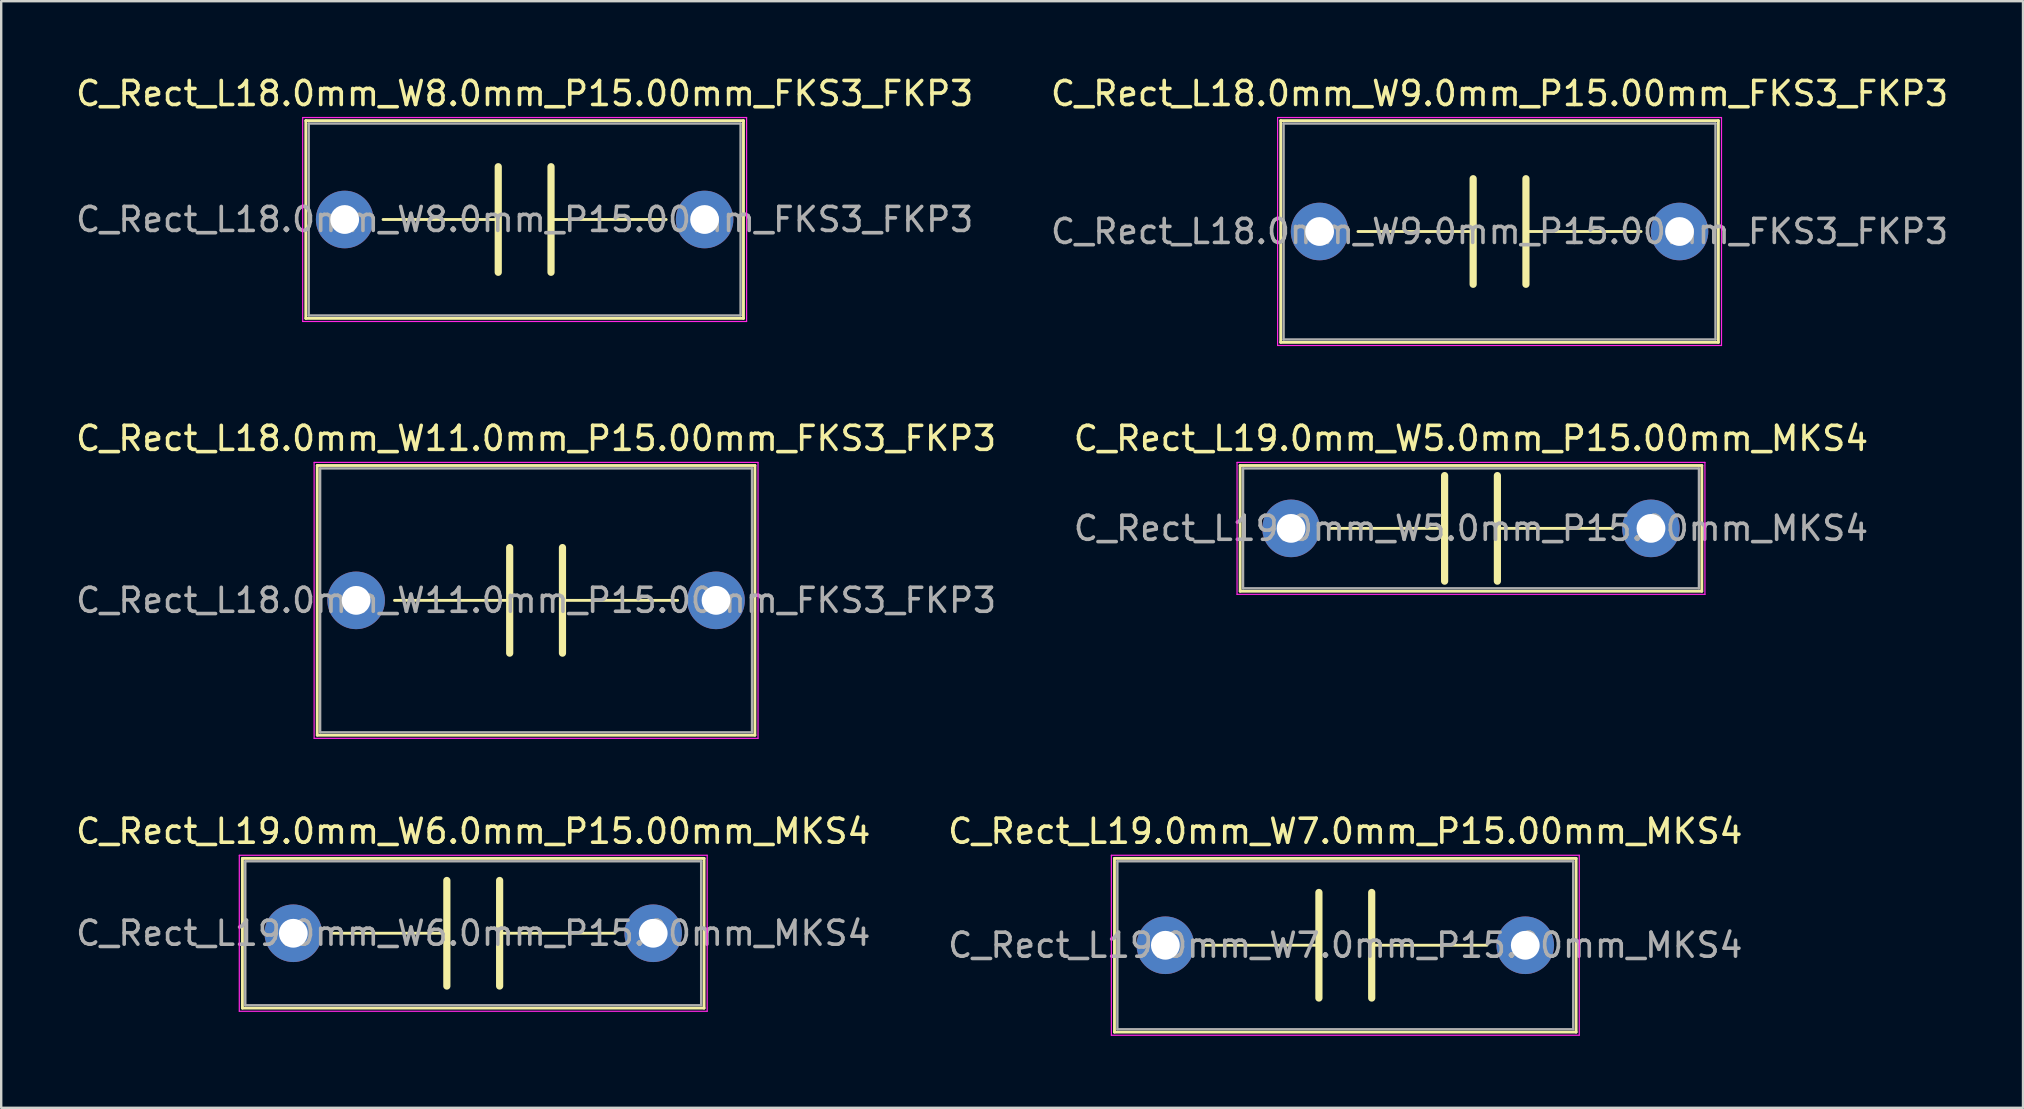
<source format=kicad_pcb>
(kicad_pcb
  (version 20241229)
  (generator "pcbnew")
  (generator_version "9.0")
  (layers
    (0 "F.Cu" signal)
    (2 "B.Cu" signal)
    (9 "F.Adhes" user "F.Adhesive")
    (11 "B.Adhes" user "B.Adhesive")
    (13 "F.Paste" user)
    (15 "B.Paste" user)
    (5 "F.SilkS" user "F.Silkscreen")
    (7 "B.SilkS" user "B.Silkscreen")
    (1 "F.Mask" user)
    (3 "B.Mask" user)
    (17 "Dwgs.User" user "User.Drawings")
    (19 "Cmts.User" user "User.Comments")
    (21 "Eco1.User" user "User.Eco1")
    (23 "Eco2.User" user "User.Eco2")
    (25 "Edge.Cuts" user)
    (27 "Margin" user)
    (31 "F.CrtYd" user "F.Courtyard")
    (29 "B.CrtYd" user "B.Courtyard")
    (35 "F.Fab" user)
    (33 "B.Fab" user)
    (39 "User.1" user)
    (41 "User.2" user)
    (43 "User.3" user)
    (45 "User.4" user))
  (footprint "C_Rect_L18.0mm_W8.0mm_P15.00mm_FKS3_FKP3"
    (layer "F.Cu")
    (at 11.315 6.098)
    (property "Reference" "C_Rect_L18.0mm_W8.0mm_P15.00mm_FKS3_FKP3" (at 7.5 -5.25 0) (layer "F.SilkS") (effects (font (size 1 1) (thickness 0.15))))
    (attr through_hole)
    (fp_line (start -1.62 -4.12) (end -1.62 4.12) (stroke (width 0.12) (type solid)) (layer "F.SilkS"))
    (fp_line (start -1.62 -4.12) (end 16.62 -4.12) (stroke (width 0.12) (type solid)) (layer "F.SilkS"))
    (fp_line (start -1.62 4.12) (end 16.62 4.12) (stroke (width 0.12) (type solid)) (layer "F.SilkS"))
    (fp_line (start 1.6 0) (end 6.4 0) (stroke (width 0.12) (type solid)) (layer "F.SilkS"))
    (fp_line (start 6.4 -2.2) (end 6.4 2.2) (stroke (width 0.3) (type solid)) (layer "F.SilkS"))
    (fp_line (start 8.6 -2.2) (end 8.6 2.2) (stroke (width 0.3) (type solid)) (layer "F.SilkS"))
    (fp_line (start 8.6 0) (end 13.4 0) (stroke (width 0.12) (type solid)) (layer "F.SilkS"))
    (fp_line (start 16.62 -4.12) (end 16.62 4.12) (stroke (width 0.12) (type solid)) (layer "F.SilkS"))
    (fp_line (start -1.75 -4.25) (end -1.75 4.25) (stroke (width 0.05) (type solid)) (layer "F.CrtYd"))
    (fp_line (start -1.75 4.25) (end 16.75 4.25) (stroke (width 0.05) (type solid)) (layer "F.CrtYd"))
    (fp_line (start 16.75 -4.25) (end -1.75 -4.25) (stroke (width 0.05) (type solid)) (layer "F.CrtYd"))
    (fp_line (start 16.75 4.25) (end 16.75 -4.25) (stroke (width 0.05) (type solid)) (layer "F.CrtYd"))
    (fp_line (start -1.5 -4) (end -1.5 4) (stroke (width 0.1) (type solid)) (layer "F.Fab"))
    (fp_line (start -1.5 4) (end 16.5 4) (stroke (width 0.1) (type solid)) (layer "F.Fab"))
    (fp_line (start 16.5 -4) (end -1.5 -4) (stroke (width 0.1) (type solid)) (layer "F.Fab"))
    (fp_line (start 16.5 4) (end 16.5 -4) (stroke (width 0.1) (type solid)) (layer "F.Fab"))
    (fp_text user "${REFERENCE}" (at 7.5 0 0) (layer "F.Fab") (effects (font (size 1 1) (thickness 0.15))))
    (pad "1" thru_hole circle (at 0 0) (size 2.4 2.4) (drill 1.2) (layers "*.Cu" "*.Mask"))
    (pad "2" thru_hole circle (at 15 0) (size 2.4 2.4) (drill 1.2) (layers "*.Cu" "*.Mask")))
  (footprint "C_Rect_L19.0mm_W6.0mm_P15.00mm_MKS4"
    (layer "F.Cu")
    (at 9.173 35.845)
    (property "Reference" "C_Rect_L19.0mm_W6.0mm_P15.00mm_MKS4" (at 7.5 -4.25 0) (layer "F.SilkS") (effects (font (size 1 1) (thickness 0.15))))
    (attr through_hole)
    (fp_line (start -2.12 -3.12) (end -2.12 3.12) (stroke (width 0.12) (type solid)) (layer "F.SilkS"))
    (fp_line (start -2.12 -3.12) (end 17.12 -3.12) (stroke (width 0.12) (type solid)) (layer "F.SilkS"))
    (fp_line (start -2.12 3.12) (end 17.12 3.12) (stroke (width 0.12) (type solid)) (layer "F.SilkS"))
    (fp_line (start 1.6 0) (end 6.4 0) (stroke (width 0.12) (type solid)) (layer "F.SilkS"))
    (fp_line (start 6.4 -2.2) (end 6.4 2.2) (stroke (width 0.3) (type solid)) (layer "F.SilkS"))
    (fp_line (start 8.6 -2.2) (end 8.6 2.2) (stroke (width 0.3) (type solid)) (layer "F.SilkS"))
    (fp_line (start 8.6 0) (end 13.4 0) (stroke (width 0.12) (type solid)) (layer "F.SilkS"))
    (fp_line (start 17.12 -3.12) (end 17.12 3.12) (stroke (width 0.12) (type solid)) (layer "F.SilkS"))
    (fp_line (start -2.25 -3.25) (end -2.25 3.25) (stroke (width 0.05) (type solid)) (layer "F.CrtYd"))
    (fp_line (start -2.25 3.25) (end 17.25 3.25) (stroke (width 0.05) (type solid)) (layer "F.CrtYd"))
    (fp_line (start 17.25 -3.25) (end -2.25 -3.25) (stroke (width 0.05) (type solid)) (layer "F.CrtYd"))
    (fp_line (start 17.25 3.25) (end 17.25 -3.25) (stroke (width 0.05) (type solid)) (layer "F.CrtYd"))
    (fp_line (start -2 -3) (end -2 3) (stroke (width 0.1) (type solid)) (layer "F.Fab"))
    (fp_line (start -2 3) (end 17 3) (stroke (width 0.1) (type solid)) (layer "F.Fab"))
    (fp_line (start 17 -3) (end -2 -3) (stroke (width 0.1) (type solid)) (layer "F.Fab"))
    (fp_line (start 17 3) (end 17 -3) (stroke (width 0.1) (type solid)) (layer "F.Fab"))
    (fp_text user "${REFERENCE}" (at 7.5 0 0) (layer "F.Fab") (effects (font (size 1 1) (thickness 0.15))))
    (pad "1" thru_hole circle (at 0 0) (size 2.4 2.4) (drill 1.2) (layers "*.Cu" "*.Mask"))
    (pad "2" thru_hole circle (at 15 0) (size 2.4 2.4) (drill 1.2) (layers "*.Cu" "*.Mask")))
  (footprint "C_Rect_L18.0mm_W11.0mm_P15.00mm_FKS3_FKP3"
    (layer "F.Cu")
    (at 11.792 21.971)
    (property "Reference" "C_Rect_L18.0mm_W11.0mm_P15.00mm_FKS3_FKP3" (at 7.5 -6.75 0) (layer "F.SilkS") (effects (font (size 1 1) (thickness 0.15))))
    (attr through_hole)
    (fp_line (start -1.62 -5.62) (end -1.62 5.62) (stroke (width 0.12) (type solid)) (layer "F.SilkS"))
    (fp_line (start -1.62 -5.62) (end 16.62 -5.62) (stroke (width 0.12) (type solid)) (layer "F.SilkS"))
    (fp_line (start -1.62 5.62) (end 16.62 5.62) (stroke (width 0.12) (type solid)) (layer "F.SilkS"))
    (fp_line (start 1.6 0) (end 6.4 0) (stroke (width 0.12) (type solid)) (layer "F.SilkS"))
    (fp_line (start 6.4 -2.2) (end 6.4 2.2) (stroke (width 0.3) (type solid)) (layer "F.SilkS"))
    (fp_line (start 8.6 -2.2) (end 8.6 2.2) (stroke (width 0.3) (type solid)) (layer "F.SilkS"))
    (fp_line (start 8.6 0) (end 13.4 0) (stroke (width 0.12) (type solid)) (layer "F.SilkS"))
    (fp_line (start 16.62 -5.62) (end 16.62 5.62) (stroke (width 0.12) (type solid)) (layer "F.SilkS"))
    (fp_line (start -1.75 -5.75) (end -1.75 5.75) (stroke (width 0.05) (type solid)) (layer "F.CrtYd"))
    (fp_line (start -1.75 5.75) (end 16.75 5.75) (stroke (width 0.05) (type solid)) (layer "F.CrtYd"))
    (fp_line (start 16.75 -5.75) (end -1.75 -5.75) (stroke (width 0.05) (type solid)) (layer "F.CrtYd"))
    (fp_line (start 16.75 5.75) (end 16.75 -5.75) (stroke (width 0.05) (type solid)) (layer "F.CrtYd"))
    (fp_line (start -1.5 -5.5) (end -1.5 5.5) (stroke (width 0.1) (type solid)) (layer "F.Fab"))
    (fp_line (start -1.5 5.5) (end 16.5 5.5) (stroke (width 0.1) (type solid)) (layer "F.Fab"))
    (fp_line (start 16.5 -5.5) (end -1.5 -5.5) (stroke (width 0.1) (type solid)) (layer "F.Fab"))
    (fp_line (start 16.5 5.5) (end 16.5 -5.5) (stroke (width 0.1) (type solid)) (layer "F.Fab"))
    (fp_text user "${REFERENCE}" (at 7.5 0 0) (layer "F.Fab") (effects (font (size 1 1) (thickness 0.15))))
    (pad "1" thru_hole circle (at 0 0) (size 2.4 2.4) (drill 1.2) (layers "*.Cu" "*.Mask"))
    (pad "2" thru_hole circle (at 15 0) (size 2.4 2.4) (drill 1.2) (layers "*.Cu" "*.Mask")))
  (footprint "C_Rect_L19.0mm_W5.0mm_P15.00mm_MKS4"
    (layer "F.Cu")
    (at 50.756 18.971)
    (property "Reference" "C_Rect_L19.0mm_W5.0mm_P15.00mm_MKS4" (at 7.5 -3.75 0) (layer "F.SilkS") (effects (font (size 1 1) (thickness 0.15))))
    (attr through_hole)
    (fp_line (start -2.12 -2.62) (end -2.12 2.62) (stroke (width 0.12) (type solid)) (layer "F.SilkS"))
    (fp_line (start -2.12 -2.62) (end 17.12 -2.62) (stroke (width 0.12) (type solid)) (layer "F.SilkS"))
    (fp_line (start -2.12 2.62) (end 17.12 2.62) (stroke (width 0.12) (type solid)) (layer "F.SilkS"))
    (fp_line (start 1.6 0) (end 6.4 0) (stroke (width 0.12) (type solid)) (layer "F.SilkS"))
    (fp_line (start 6.4 -2.2) (end 6.4 2.2) (stroke (width 0.3) (type solid)) (layer "F.SilkS"))
    (fp_line (start 8.6 -2.2) (end 8.6 2.2) (stroke (width 0.3) (type solid)) (layer "F.SilkS"))
    (fp_line (start 8.6 0) (end 13.4 0) (stroke (width 0.12) (type solid)) (layer "F.SilkS"))
    (fp_line (start 17.12 -2.62) (end 17.12 2.62) (stroke (width 0.12) (type solid)) (layer "F.SilkS"))
    (fp_line (start -2.25 -2.75) (end -2.25 2.75) (stroke (width 0.05) (type solid)) (layer "F.CrtYd"))
    (fp_line (start -2.25 2.75) (end 17.25 2.75) (stroke (width 0.05) (type solid)) (layer "F.CrtYd"))
    (fp_line (start 17.25 -2.75) (end -2.25 -2.75) (stroke (width 0.05) (type solid)) (layer "F.CrtYd"))
    (fp_line (start 17.25 2.75) (end 17.25 -2.75) (stroke (width 0.05) (type solid)) (layer "F.CrtYd"))
    (fp_line (start -2 -2.5) (end -2 2.5) (stroke (width 0.1) (type solid)) (layer "F.Fab"))
    (fp_line (start -2 2.5) (end 17 2.5) (stroke (width 0.1) (type solid)) (layer "F.Fab"))
    (fp_line (start 17 -2.5) (end -2 -2.5) (stroke (width 0.1) (type solid)) (layer "F.Fab"))
    (fp_line (start 17 2.5) (end 17 -2.5) (stroke (width 0.1) (type solid)) (layer "F.Fab"))
    (fp_text user "${REFERENCE}" (at 7.5 0 0) (layer "F.Fab") (effects (font (size 1 1) (thickness 0.15))))
    (pad "1" thru_hole circle (at 0 0) (size 2.4 2.4) (drill 1.2) (layers "*.Cu" "*.Mask"))
    (pad "2" thru_hole circle (at 15 0) (size 2.4 2.4) (drill 1.2) (layers "*.Cu" "*.Mask")))
  (footprint "C_Rect_L19.0mm_W7.0mm_P15.00mm_MKS4"
    (layer "F.Cu")
    (at 45.518 36.345)
    (property "Reference" "C_Rect_L19.0mm_W7.0mm_P15.00mm_MKS4" (at 7.5 -4.75 0) (layer "F.SilkS") (effects (font (size 1 1) (thickness 0.15))))
    (attr through_hole)
    (fp_line (start -2.12 -3.62) (end -2.12 3.62) (stroke (width 0.12) (type solid)) (layer "F.SilkS"))
    (fp_line (start -2.12 -3.62) (end 17.12 -3.62) (stroke (width 0.12) (type solid)) (layer "F.SilkS"))
    (fp_line (start -2.12 3.62) (end 17.12 3.62) (stroke (width 0.12) (type solid)) (layer "F.SilkS"))
    (fp_line (start 1.6 0) (end 6.4 0) (stroke (width 0.12) (type solid)) (layer "F.SilkS"))
    (fp_line (start 6.4 -2.2) (end 6.4 2.2) (stroke (width 0.3) (type solid)) (layer "F.SilkS"))
    (fp_line (start 8.6 -2.2) (end 8.6 2.2) (stroke (width 0.3) (type solid)) (layer "F.SilkS"))
    (fp_line (start 8.6 0) (end 13.4 0) (stroke (width 0.12) (type solid)) (layer "F.SilkS"))
    (fp_line (start 17.12 -3.62) (end 17.12 3.62) (stroke (width 0.12) (type solid)) (layer "F.SilkS"))
    (fp_line (start -2.25 -3.75) (end -2.25 3.75) (stroke (width 0.05) (type solid)) (layer "F.CrtYd"))
    (fp_line (start -2.25 3.75) (end 17.25 3.75) (stroke (width 0.05) (type solid)) (layer "F.CrtYd"))
    (fp_line (start 17.25 -3.75) (end -2.25 -3.75) (stroke (width 0.05) (type solid)) (layer "F.CrtYd"))
    (fp_line (start 17.25 3.75) (end 17.25 -3.75) (stroke (width 0.05) (type solid)) (layer "F.CrtYd"))
    (fp_line (start -2 -3.5) (end -2 3.5) (stroke (width 0.1) (type solid)) (layer "F.Fab"))
    (fp_line (start -2 3.5) (end 17 3.5) (stroke (width 0.1) (type solid)) (layer "F.Fab"))
    (fp_line (start 17 -3.5) (end -2 -3.5) (stroke (width 0.1) (type solid)) (layer "F.Fab"))
    (fp_line (start 17 3.5) (end 17 -3.5) (stroke (width 0.1) (type solid)) (layer "F.Fab"))
    (fp_text user "${REFERENCE}" (at 7.5 0 0) (layer "F.Fab") (effects (font (size 1 1) (thickness 0.15))))
    (pad "1" thru_hole circle (at 0 0) (size 2.4 2.4) (drill 1.2) (layers "*.Cu" "*.Mask"))
    (pad "2" thru_hole circle (at 15 0) (size 2.4 2.4) (drill 1.2) (layers "*.Cu" "*.Mask")))
  (footprint "C_Rect_L18.0mm_W9.0mm_P15.00mm_FKS3_FKP3"
    (layer "F.Cu")
    (at 51.946 6.598)
    (property "Reference" "C_Rect_L18.0mm_W9.0mm_P15.00mm_FKS3_FKP3" (at 7.5 -5.75 0) (layer "F.SilkS") (effects (font (size 1 1) (thickness 0.15))))
    (attr through_hole)
    (fp_line (start -1.62 -4.62) (end -1.62 4.62) (stroke (width 0.12) (type solid)) (layer "F.SilkS"))
    (fp_line (start -1.62 -4.62) (end 16.62 -4.62) (stroke (width 0.12) (type solid)) (layer "F.SilkS"))
    (fp_line (start -1.62 4.62) (end 16.62 4.62) (stroke (width 0.12) (type solid)) (layer "F.SilkS"))
    (fp_line (start 1.6 0) (end 6.4 0) (stroke (width 0.12) (type solid)) (layer "F.SilkS"))
    (fp_line (start 6.4 -2.2) (end 6.4 2.2) (stroke (width 0.3) (type solid)) (layer "F.SilkS"))
    (fp_line (start 8.6 -2.2) (end 8.6 2.2) (stroke (width 0.3) (type solid)) (layer "F.SilkS"))
    (fp_line (start 8.6 0) (end 13.4 0) (stroke (width 0.12) (type solid)) (layer "F.SilkS"))
    (fp_line (start 16.62 -4.62) (end 16.62 4.62) (stroke (width 0.12) (type solid)) (layer "F.SilkS"))
    (fp_line (start -1.75 -4.75) (end -1.75 4.75) (stroke (width 0.05) (type solid)) (layer "F.CrtYd"))
    (fp_line (start -1.75 4.75) (end 16.75 4.75) (stroke (width 0.05) (type solid)) (layer "F.CrtYd"))
    (fp_line (start 16.75 -4.75) (end -1.75 -4.75) (stroke (width 0.05) (type solid)) (layer "F.CrtYd"))
    (fp_line (start 16.75 4.75) (end 16.75 -4.75) (stroke (width 0.05) (type solid)) (layer "F.CrtYd"))
    (fp_line (start -1.5 -4.5) (end -1.5 4.5) (stroke (width 0.1) (type solid)) (layer "F.Fab"))
    (fp_line (start -1.5 4.5) (end 16.5 4.5) (stroke (width 0.1) (type solid)) (layer "F.Fab"))
    (fp_line (start 16.5 -4.5) (end -1.5 -4.5) (stroke (width 0.1) (type solid)) (layer "F.Fab"))
    (fp_line (start 16.5 4.5) (end 16.5 -4.5) (stroke (width 0.1) (type solid)) (layer "F.Fab"))
    (fp_text user "${REFERENCE}" (at 7.5 0 0) (layer "F.Fab") (effects (font (size 1 1) (thickness 0.15))))
    (pad "1" thru_hole circle (at 0 0) (size 2.4 2.4) (drill 1.2) (layers "*.Cu" "*.Mask"))
    (pad "2" thru_hole circle (at 15 0) (size 2.4 2.4) (drill 1.2) (layers "*.Cu" "*.Mask")))
  (gr_rect
    (start -3 -3)
    (end 81.262 43.12)
    (stroke (width 0.1) (type default))
    (fill no)
    (layer "Edge.Cuts")))
</source>
